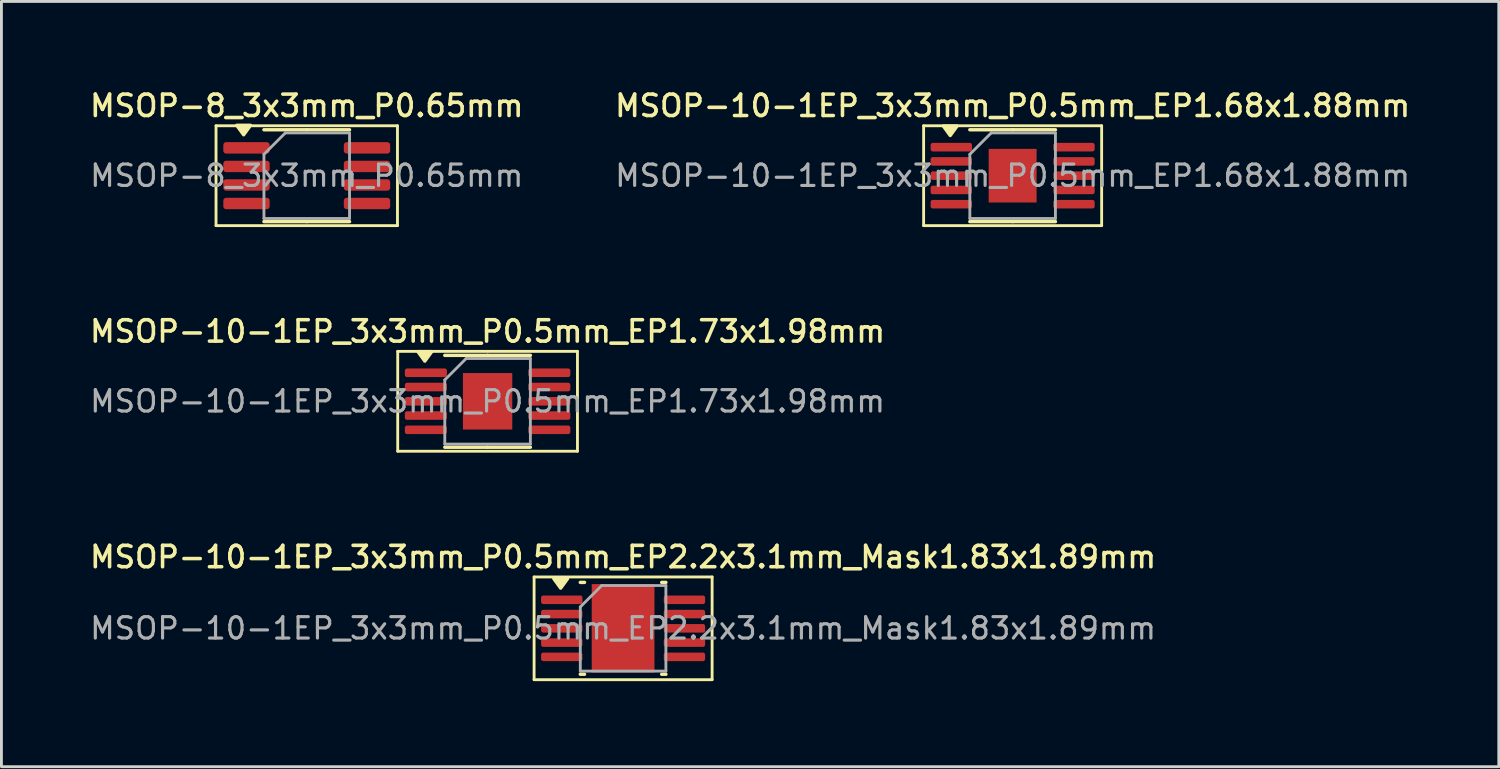
<source format=kicad_pcb>
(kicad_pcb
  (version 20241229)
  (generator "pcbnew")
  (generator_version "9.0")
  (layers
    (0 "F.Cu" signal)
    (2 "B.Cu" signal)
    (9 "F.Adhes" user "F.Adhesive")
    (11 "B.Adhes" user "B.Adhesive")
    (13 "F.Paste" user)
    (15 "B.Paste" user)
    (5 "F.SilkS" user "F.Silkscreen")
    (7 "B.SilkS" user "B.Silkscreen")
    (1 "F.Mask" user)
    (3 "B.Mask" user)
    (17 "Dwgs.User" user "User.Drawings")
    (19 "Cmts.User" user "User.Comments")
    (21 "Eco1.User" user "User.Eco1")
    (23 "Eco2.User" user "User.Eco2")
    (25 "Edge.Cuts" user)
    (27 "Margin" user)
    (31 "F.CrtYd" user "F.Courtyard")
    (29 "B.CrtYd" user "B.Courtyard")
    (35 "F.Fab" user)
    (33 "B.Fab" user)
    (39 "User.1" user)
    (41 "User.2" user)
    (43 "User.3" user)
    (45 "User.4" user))
  (footprint "MSOP-8_3x3mm_P0.65mm"
    (layer "F.Cu")
    (at 7.702 3.108)
    (property "Reference" "MSOP-8_3x3mm_P0.65mm" (at 0 -2.45 0) (layer "F.SilkS") (effects (font (size 0.75 0.75) (thickness 0.125))))
    (attr smd)
    (fp_line (start -3.18 -1.75) (end -3.18 1.75) (stroke (width 0.1) (type solid)) (layer "F.SilkS"))
    (fp_line (start -3.18 1.75) (end 3.18 1.75) (stroke (width 0.1) (type solid)) (layer "F.SilkS"))
    (fp_line (start 0 -1.61) (end -1.5 -1.61) (stroke (width 0.12) (type solid)) (layer "F.SilkS"))
    (fp_line (start 0 -1.61) (end 1.5 -1.61) (stroke (width 0.12) (type solid)) (layer "F.SilkS"))
    (fp_line (start 0 1.61) (end -1.5 1.61) (stroke (width 0.12) (type solid)) (layer "F.SilkS"))
    (fp_line (start 0 1.61) (end 1.5 1.61) (stroke (width 0.12) (type solid)) (layer "F.SilkS"))
    (fp_line (start 3.18 -1.75) (end -3.18 -1.75) (stroke (width 0.1) (type solid)) (layer "F.SilkS"))
    (fp_line (start 3.18 1.75) (end 3.18 -1.75) (stroke (width 0.1) (type solid)) (layer "F.SilkS"))
    (fp_poly (pts (xy -2.212 -1.435) (xy -2.453 -1.765) (xy -1.972 -1.765) (xy -2.212 -1.435)) (stroke (width 0.12) (type solid)) (fill yes) (layer "F.SilkS"))
    (fp_line (start -1.5 -0.75) (end -0.75 -1.5) (stroke (width 0.1) (type solid)) (layer "F.Fab"))
    (fp_line (start -1.5 1.5) (end -1.5 -0.75) (stroke (width 0.1) (type solid)) (layer "F.Fab"))
    (fp_line (start -0.75 -1.5) (end 1.5 -1.5) (stroke (width 0.1) (type solid)) (layer "F.Fab"))
    (fp_line (start 1.5 -1.5) (end 1.5 1.5) (stroke (width 0.1) (type solid)) (layer "F.Fab"))
    (fp_line (start 1.5 1.5) (end -1.5 1.5) (stroke (width 0.1) (type solid)) (layer "F.Fab"))
    (fp_text user "${REFERENCE}" (at 0 0 0) (layer "F.Fab") (effects (font (size 0.75 0.75) (thickness 0.11))))
    (pad "1" smd roundrect (at -2.112 -0.975) (size 1.625 0.4) (layers "F.Cu" "F.Mask" "F.Paste") (roundrect_rratio 0.25))
    (pad "2" smd roundrect (at -2.112 -0.325) (size 1.625 0.4) (layers "F.Cu" "F.Mask" "F.Paste") (roundrect_rratio 0.25))
    (pad "3" smd roundrect (at -2.112 0.325) (size 1.625 0.4) (layers "F.Cu" "F.Mask" "F.Paste") (roundrect_rratio 0.25))
    (pad "4" smd roundrect (at -2.112 0.975) (size 1.625 0.4) (layers "F.Cu" "F.Mask" "F.Paste") (roundrect_rratio 0.25))
    (pad "5" smd roundrect (at 2.112 0.975) (size 1.625 0.4) (layers "F.Cu" "F.Mask" "F.Paste") (roundrect_rratio 0.25))
    (pad "6" smd roundrect (at 2.112 0.325) (size 1.625 0.4) (layers "F.Cu" "F.Mask" "F.Paste") (roundrect_rratio 0.25))
    (pad "7" smd roundrect (at 2.112 -0.325) (size 1.625 0.4) (layers "F.Cu" "F.Mask" "F.Paste") (roundrect_rratio 0.25))
    (pad "8" smd roundrect (at 2.112 -0.975) (size 1.625 0.4) (layers "F.Cu" "F.Mask" "F.Paste") (roundrect_rratio 0.25)))
  (footprint "MSOP-10-1EP_3x3mm_P0.5mm_EP1.73x1.98mm"
    (layer "F.Cu")
    (at 14.041 11.016)
    (property "Reference" "MSOP-10-1EP_3x3mm_P0.5mm_EP1.73x1.98mm" (at 0 -2.45 0) (layer "F.SilkS") (effects (font (size 0.75 0.75) (thickness 0.125))))
    (attr smd)
    (fp_line (start -3.15 -1.75) (end -3.15 1.75) (stroke (width 0.1) (type solid)) (layer "F.SilkS"))
    (fp_line (start -3.15 1.75) (end 3.15 1.75) (stroke (width 0.1) (type solid)) (layer "F.SilkS"))
    (fp_line (start 0 -1.61) (end -1.5 -1.61) (stroke (width 0.12) (type solid)) (layer "F.SilkS"))
    (fp_line (start 0 -1.61) (end 1.5 -1.61) (stroke (width 0.12) (type solid)) (layer "F.SilkS"))
    (fp_line (start 0 1.61) (end -1.5 1.61) (stroke (width 0.12) (type solid)) (layer "F.SilkS"))
    (fp_line (start 0 1.61) (end 1.5 1.61) (stroke (width 0.12) (type solid)) (layer "F.SilkS"))
    (fp_line (start 3.15 -1.75) (end -3.15 -1.75) (stroke (width 0.1) (type solid)) (layer "F.SilkS"))
    (fp_line (start 3.15 1.75) (end 3.15 -1.75) (stroke (width 0.1) (type solid)) (layer "F.SilkS"))
    (fp_poly (pts (xy -2.2 -1.41) (xy -2.44 -1.74) (xy -1.96 -1.74) (xy -2.2 -1.41)) (stroke (width 0.12) (type solid)) (fill yes) (layer "F.SilkS"))
    (fp_line (start -1.5 -0.75) (end -0.75 -1.5) (stroke (width 0.1) (type solid)) (layer "F.Fab"))
    (fp_line (start -1.5 1.5) (end -1.5 -0.75) (stroke (width 0.1) (type solid)) (layer "F.Fab"))
    (fp_line (start -0.75 -1.5) (end 1.5 -1.5) (stroke (width 0.1) (type solid)) (layer "F.Fab"))
    (fp_line (start 1.5 -1.5) (end 1.5 1.5) (stroke (width 0.1) (type solid)) (layer "F.Fab"))
    (fp_line (start 1.5 1.5) (end -1.5 1.5) (stroke (width 0.1) (type solid)) (layer "F.Fab"))
    (fp_text user "${REFERENCE}" (at 0 0 0) (layer "F.Fab") (effects (font (size 0.75 0.75) (thickness 0.11))))
    (pad "" smd roundrect (at -0.43 -0.495) (size 0.7 0.8) (layers "F.Paste") (roundrect_rratio 0.25))
    (pad "" smd roundrect (at -0.43 0.495) (size 0.7 0.8) (layers "F.Paste") (roundrect_rratio 0.25))
    (pad "" smd roundrect (at 0.43 -0.495) (size 0.7 0.8) (layers "F.Paste") (roundrect_rratio 0.25))
    (pad "" smd roundrect (at 0.43 0.495) (size 0.7 0.8) (layers "F.Paste") (roundrect_rratio 0.25))
    (pad "1" smd roundrect (at -2.163 -1) (size 1.475 0.3) (layers "F.Cu" "F.Mask" "F.Paste") (roundrect_rratio 0.25))
    (pad "2" smd roundrect (at -2.163 -0.5) (size 1.475 0.3) (layers "F.Cu" "F.Mask" "F.Paste") (roundrect_rratio 0.25))
    (pad "3" smd roundrect (at -2.163 0) (size 1.475 0.3) (layers "F.Cu" "F.Mask" "F.Paste") (roundrect_rratio 0.25))
    (pad "4" smd roundrect (at -2.163 0.5) (size 1.475 0.3) (layers "F.Cu" "F.Mask" "F.Paste") (roundrect_rratio 0.25))
    (pad "5" smd roundrect (at -2.163 1) (size 1.475 0.3) (layers "F.Cu" "F.Mask" "F.Paste") (roundrect_rratio 0.25))
    (pad "6" smd roundrect (at 2.163 1) (size 1.475 0.3) (layers "F.Cu" "F.Mask" "F.Paste") (roundrect_rratio 0.25))
    (pad "7" smd roundrect (at 2.163 0.5) (size 1.475 0.3) (layers "F.Cu" "F.Mask" "F.Paste") (roundrect_rratio 0.25))
    (pad "8" smd roundrect (at 2.163 0) (size 1.475 0.3) (layers "F.Cu" "F.Mask" "F.Paste") (roundrect_rratio 0.25))
    (pad "9" smd roundrect (at 2.163 -0.5) (size 1.475 0.3) (layers "F.Cu" "F.Mask" "F.Paste") (roundrect_rratio 0.25))
    (pad "10" smd roundrect (at 2.163 -1) (size 1.475 0.3) (layers "F.Cu" "F.Mask" "F.Paste") (roundrect_rratio 0.25))
    (pad "11" smd rect (at 0 0) (size 1.73 1.98) (property pad_prop_heatsink) (layers "F.Cu" "F.Mask")))
  (footprint "MSOP-10-1EP_3x3mm_P0.5mm_EP2.2x3.1mm_Mask1.83x1.89mm"
    (layer "F.Cu")
    (at 18.791 18.974)
    (property "Reference" "MSOP-10-1EP_3x3mm_P0.5mm_EP2.2x3.1mm_Mask1.83x1.89mm" (at 0 -2.5 0) (layer "F.SilkS") (effects (font (size 0.75 0.75) (thickness 0.125))))
    (attr smd)
    (fp_line (start -3.12 -1.8) (end -3.12 1.8) (stroke (width 0.1) (type solid)) (layer "F.SilkS"))
    (fp_line (start -3.12 1.8) (end 3.12 1.8) (stroke (width 0.1) (type solid)) (layer "F.SilkS"))
    (fp_line (start -1.353 -1.61) (end -1.5 -1.61) (stroke (width 0.12) (type solid)) (layer "F.SilkS"))
    (fp_line (start -1.353 1.61) (end -1.5 1.61) (stroke (width 0.12) (type solid)) (layer "F.SilkS"))
    (fp_line (start 1.353 -1.61) (end 1.5 -1.61) (stroke (width 0.12) (type solid)) (layer "F.SilkS"))
    (fp_line (start 1.353 1.61) (end 1.5 1.61) (stroke (width 0.12) (type solid)) (layer "F.SilkS"))
    (fp_line (start 3.12 -1.8) (end -3.12 -1.8) (stroke (width 0.1) (type solid)) (layer "F.SilkS"))
    (fp_line (start 3.12 1.8) (end 3.12 -1.8) (stroke (width 0.1) (type solid)) (layer "F.SilkS"))
    (fp_poly (pts (xy -2.188 -1.41) (xy -2.428 -1.74) (xy -1.948 -1.74) (xy -2.188 -1.41)) (stroke (width 0.12) (type solid)) (fill yes) (layer "F.SilkS"))
    (fp_line (start -1.5 -0.75) (end -0.75 -1.5) (stroke (width 0.1) (type solid)) (layer "F.Fab"))
    (fp_line (start -1.5 1.5) (end -1.5 -0.75) (stroke (width 0.1) (type solid)) (layer "F.Fab"))
    (fp_line (start -0.75 -1.5) (end 1.5 -1.5) (stroke (width 0.1) (type solid)) (layer "F.Fab"))
    (fp_line (start 1.5 -1.5) (end 1.5 1.5) (stroke (width 0.1) (type solid)) (layer "F.Fab"))
    (fp_line (start 1.5 1.5) (end -1.5 1.5) (stroke (width 0.1) (type solid)) (layer "F.Fab"))
    (fp_text user "${REFERENCE}" (at 0 0 0) (layer "F.Fab") (effects (font (size 0.75 0.75) (thickness 0.11))))
    (pad "" smd roundrect (at -0.46 -0.47) (size 0.74 0.76) (layers "F.Paste") (roundrect_rratio 0.25))
    (pad "" smd roundrect (at -0.46 0.47) (size 0.74 0.76) (layers "F.Paste") (roundrect_rratio 0.25))
    (pad "" smd rect (at 0 0) (size 1.83 1.89) (layers "F.Mask"))
    (pad "" smd roundrect (at 0.46 -0.47) (size 0.74 0.76) (layers "F.Paste") (roundrect_rratio 0.25))
    (pad "" smd roundrect (at 0.46 0.47) (size 0.74 0.76) (layers "F.Paste") (roundrect_rratio 0.25))
    (pad "1" smd roundrect (at -2.15 -1) (size 1.45 0.3) (layers "F.Cu" "F.Mask" "F.Paste") (roundrect_rratio 0.25))
    (pad "2" smd roundrect (at -2.15 -0.5) (size 1.45 0.3) (layers "F.Cu" "F.Mask" "F.Paste") (roundrect_rratio 0.25))
    (pad "3" smd roundrect (at -2.15 0) (size 1.45 0.3) (layers "F.Cu" "F.Mask" "F.Paste") (roundrect_rratio 0.25))
    (pad "4" smd roundrect (at -2.15 0.5) (size 1.45 0.3) (layers "F.Cu" "F.Mask" "F.Paste") (roundrect_rratio 0.25))
    (pad "5" smd roundrect (at -2.15 1) (size 1.45 0.3) (layers "F.Cu" "F.Mask" "F.Paste") (roundrect_rratio 0.25))
    (pad "6" smd roundrect (at 2.15 1) (size 1.45 0.3) (layers "F.Cu" "F.Mask" "F.Paste") (roundrect_rratio 0.25))
    (pad "7" smd roundrect (at 2.15 0.5) (size 1.45 0.3) (layers "F.Cu" "F.Mask" "F.Paste") (roundrect_rratio 0.25))
    (pad "8" smd roundrect (at 2.15 0) (size 1.45 0.3) (layers "F.Cu" "F.Mask" "F.Paste") (roundrect_rratio 0.25))
    (pad "9" smd roundrect (at 2.15 -0.5) (size 1.45 0.3) (layers "F.Cu" "F.Mask" "F.Paste") (roundrect_rratio 0.25))
    (pad "10" smd roundrect (at 2.15 -1) (size 1.45 0.3) (layers "F.Cu" "F.Mask" "F.Paste") (roundrect_rratio 0.25))
    (pad "11" smd rect (at 0 0) (size 2.2 3.1) (property pad_prop_heatsink) (layers "F.Cu")))
  (footprint "MSOP-10-1EP_3x3mm_P0.5mm_EP1.68x1.88mm"
    (layer "F.Cu")
    (at 32.445 3.108)
    (property "Reference" "MSOP-10-1EP_3x3mm_P0.5mm_EP1.68x1.88mm" (at 0 -2.45 0) (layer "F.SilkS") (effects (font (size 0.75 0.75) (thickness 0.125))))
    (attr smd)
    (fp_line (start -3.12 -1.75) (end -3.12 1.75) (stroke (width 0.1) (type solid)) (layer "F.SilkS"))
    (fp_line (start -3.12 1.75) (end 3.12 1.75) (stroke (width 0.1) (type solid)) (layer "F.SilkS"))
    (fp_line (start 0 -1.61) (end -1.5 -1.61) (stroke (width 0.12) (type solid)) (layer "F.SilkS"))
    (fp_line (start 0 -1.61) (end 1.5 -1.61) (stroke (width 0.12) (type solid)) (layer "F.SilkS"))
    (fp_line (start 0 1.61) (end -1.5 1.61) (stroke (width 0.12) (type solid)) (layer "F.SilkS"))
    (fp_line (start 0 1.61) (end 1.5 1.61) (stroke (width 0.12) (type solid)) (layer "F.SilkS"))
    (fp_line (start 3.12 -1.75) (end -3.12 -1.75) (stroke (width 0.1) (type solid)) (layer "F.SilkS"))
    (fp_line (start 3.12 1.75) (end 3.12 -1.75) (stroke (width 0.1) (type solid)) (layer "F.SilkS"))
    (fp_poly (pts (xy -2.188 -1.41) (xy -2.428 -1.74) (xy -1.948 -1.74) (xy -2.188 -1.41)) (stroke (width 0.12) (type solid)) (fill yes) (layer "F.SilkS"))
    (fp_line (start -1.5 -0.75) (end -0.75 -1.5) (stroke (width 0.1) (type solid)) (layer "F.Fab"))
    (fp_line (start -1.5 1.5) (end -1.5 -0.75) (stroke (width 0.1) (type solid)) (layer "F.Fab"))
    (fp_line (start -0.75 -1.5) (end 1.5 -1.5) (stroke (width 0.1) (type solid)) (layer "F.Fab"))
    (fp_line (start 1.5 -1.5) (end 1.5 1.5) (stroke (width 0.1) (type solid)) (layer "F.Fab"))
    (fp_line (start 1.5 1.5) (end -1.5 1.5) (stroke (width 0.1) (type solid)) (layer "F.Fab"))
    (fp_text user "${REFERENCE}" (at 0 0 0) (layer "F.Fab") (effects (font (size 0.75 0.75) (thickness 0.11))))
    (pad "" smd roundrect (at -0.42 -0.47) (size 0.68 0.76) (layers "F.Paste") (roundrect_rratio 0.25))
    (pad "" smd roundrect (at -0.42 0.47) (size 0.68 0.76) (layers "F.Paste") (roundrect_rratio 0.25))
    (pad "" smd roundrect (at 0.42 -0.47) (size 0.68 0.76) (layers "F.Paste") (roundrect_rratio 0.25))
    (pad "" smd roundrect (at 0.42 0.47) (size 0.68 0.76) (layers "F.Paste") (roundrect_rratio 0.25))
    (pad "1" smd roundrect (at -2.15 -1) (size 1.45 0.3) (layers "F.Cu" "F.Mask" "F.Paste") (roundrect_rratio 0.25))
    (pad "2" smd roundrect (at -2.15 -0.5) (size 1.45 0.3) (layers "F.Cu" "F.Mask" "F.Paste") (roundrect_rratio 0.25))
    (pad "3" smd roundrect (at -2.15 0) (size 1.45 0.3) (layers "F.Cu" "F.Mask" "F.Paste") (roundrect_rratio 0.25))
    (pad "4" smd roundrect (at -2.15 0.5) (size 1.45 0.3) (layers "F.Cu" "F.Mask" "F.Paste") (roundrect_rratio 0.25))
    (pad "5" smd roundrect (at -2.15 1) (size 1.45 0.3) (layers "F.Cu" "F.Mask" "F.Paste") (roundrect_rratio 0.25))
    (pad "6" smd roundrect (at 2.15 1) (size 1.45 0.3) (layers "F.Cu" "F.Mask" "F.Paste") (roundrect_rratio 0.25))
    (pad "7" smd roundrect (at 2.15 0.5) (size 1.45 0.3) (layers "F.Cu" "F.Mask" "F.Paste") (roundrect_rratio 0.25))
    (pad "8" smd roundrect (at 2.15 0) (size 1.45 0.3) (layers "F.Cu" "F.Mask" "F.Paste") (roundrect_rratio 0.25))
    (pad "9" smd roundrect (at 2.15 -0.5) (size 1.45 0.3) (layers "F.Cu" "F.Mask" "F.Paste") (roundrect_rratio 0.25))
    (pad "10" smd roundrect (at 2.15 -1) (size 1.45 0.3) (layers "F.Cu" "F.Mask" "F.Paste") (roundrect_rratio 0.25))
    (pad "11" smd rect (at 0 0) (size 1.68 1.88) (property pad_prop_heatsink) (layers "F.Cu" "F.Mask")))
  (gr_rect
    (start -3 -3)
    (end 49.486 23.824)
    (stroke (width 0.1) (type default))
    (fill no)
    (layer "Edge.Cuts")))
</source>
